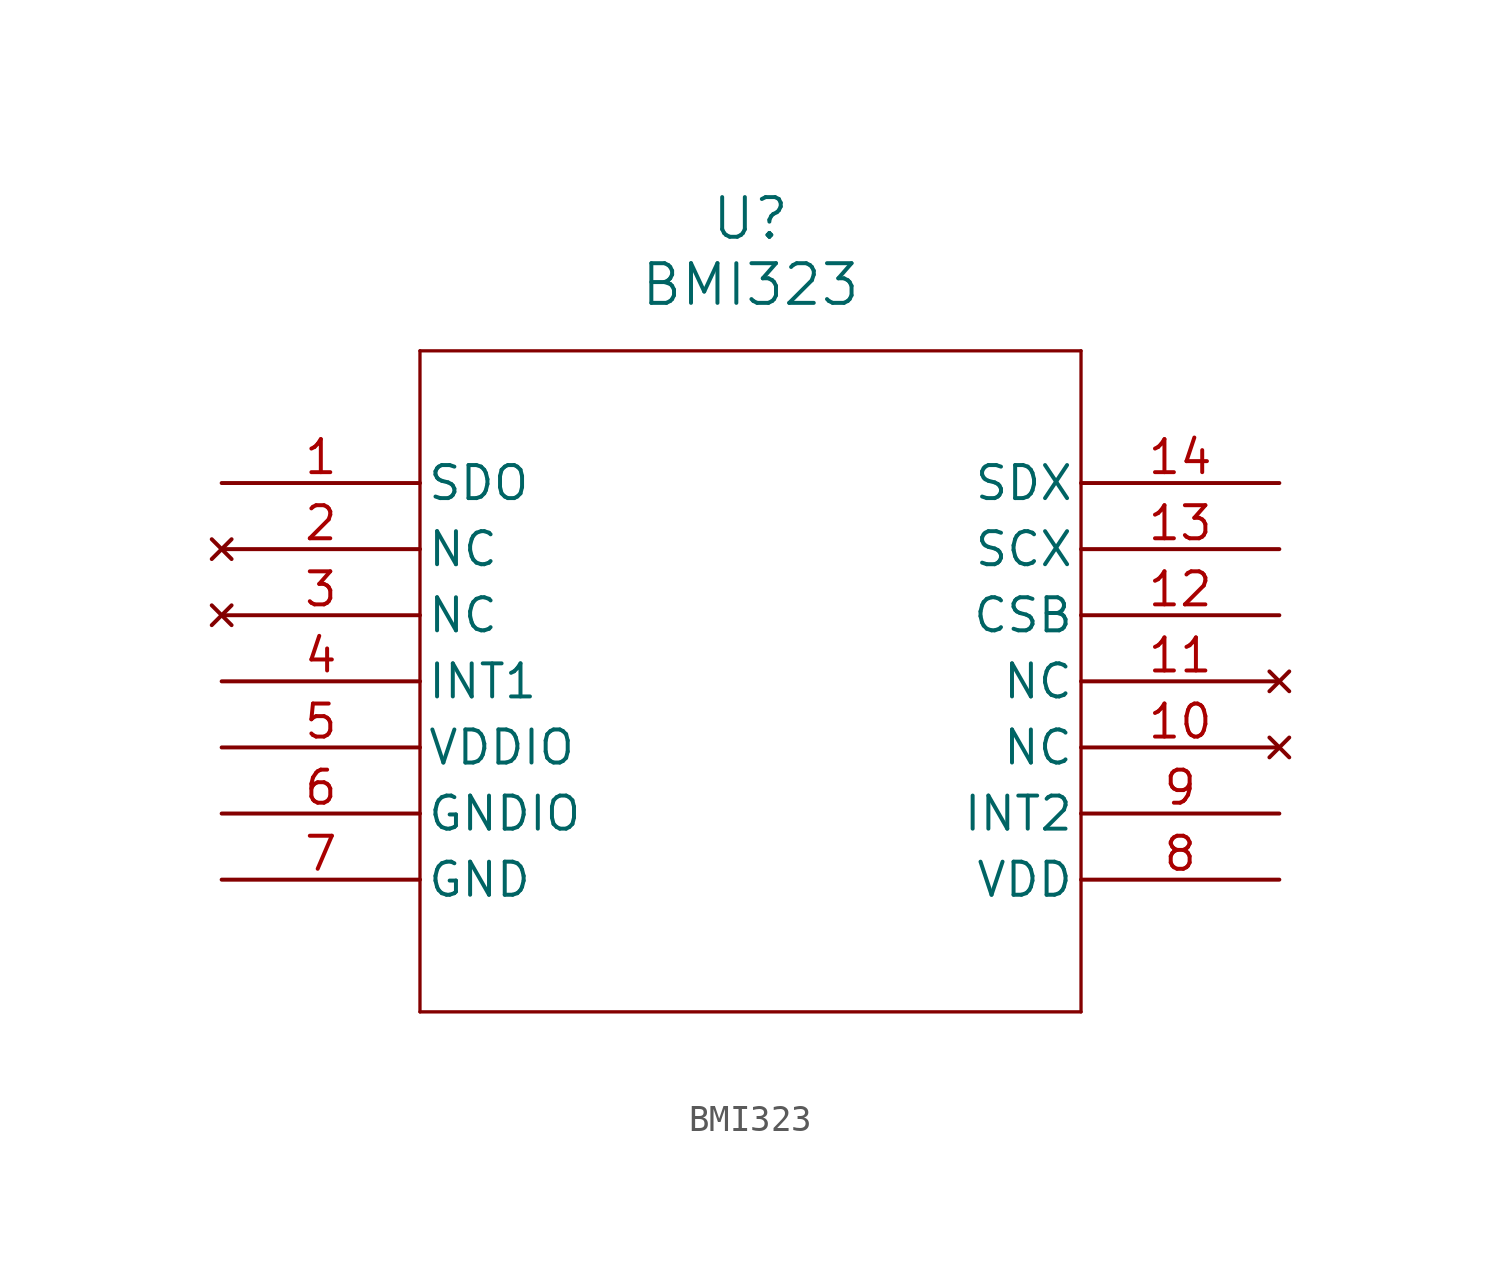
<source format=kicad_sym>
(kicad_symbol_lib
  (version 20241209)
  (generator "kicad_symbol_editor")
  (generator_version "9.0")
  (symbol "BMI323"
    (pin_names
      (offset 0.254))
    (property "Reference" "U"
      (at 0 17.78 0)
      (effects (font (size 1.524 1.524))))
    (property "Value" "BMI323"
      (at 0 15.24 0)
      (effects (font (size 1.524 1.524))))
    (property "ki_locked" ""
      (at 0 0 0)
      (effects (font (size 1.27 1.27))))
    (symbol "BMI323_0_1"
      (polyline (pts (xy -12.7 12.7) (xy -12.7 -12.7)) (stroke (width 0.127) (type default)) (fill (type none)))
      (polyline (pts (xy -12.7 -12.7) (xy 12.7 -12.7)) (stroke (width 0.127) (type default)) (fill (type none)))
      (polyline (pts (xy 12.7 12.7) (xy -12.7 12.7)) (stroke (width 0.127) (type default)) (fill (type none)))
      (polyline (pts (xy 12.7 -12.7) (xy 12.7 12.7)) (stroke (width 0.127) (type default)) (fill (type none)))
      (pin bidirectional line (at -20.32 7.62 0) (length 7.62) (name "SDO" (effects (font (size 1.27 1.27)))) (number "1" (effects (font (size 1.27 1.27)))))
      (pin no_connect line (at -20.32 5.08 0) (length 7.62) (name "NC" (effects (font (size 1.27 1.27)))) (number "2" (effects (font (size 1.27 1.27)))))
      (pin no_connect line (at -20.32 2.54 0) (length 7.62) (name "NC" (effects (font (size 1.27 1.27)))) (number "3" (effects (font (size 1.27 1.27)))))
      (pin bidirectional line (at -20.32 0 0) (length 7.62) (name "INT1" (effects (font (size 1.27 1.27)))) (number "4" (effects (font (size 1.27 1.27)))))
      (pin power_in line (at -20.32 -2.54 0) (length 7.62) (name "VDDIO" (effects (font (size 1.27 1.27)))) (number "5" (effects (font (size 1.27 1.27)))))
      (pin power_out line (at -20.32 -5.08 0) (length 7.62) (name "GNDIO" (effects (font (size 1.27 1.27)))) (number "6" (effects (font (size 1.27 1.27)))))
      (pin power_out line (at -20.32 -7.62 0) (length 7.62) (name "GND" (effects (font (size 1.27 1.27)))) (number "7" (effects (font (size 1.27 1.27)))))
      (pin bidirectional line (at 20.32 7.62 180) (length 7.62) (name "SDX" (effects (font (size 1.27 1.27)))) (number "14" (effects (font (size 1.27 1.27)))))
      (pin input line (at 20.32 5.08 180) (length 7.62) (name "SCX" (effects (font (size 1.27 1.27)))) (number "13" (effects (font (size 1.27 1.27)))))
      (pin input line (at 20.32 2.54 180) (length 7.62) (name "CSB" (effects (font (size 1.27 1.27)))) (number "12" (effects (font (size 1.27 1.27)))))
      (pin no_connect line (at 20.32 0 180) (length 7.62) (name "NC" (effects (font (size 1.27 1.27)))) (number "11" (effects (font (size 1.27 1.27)))))
      (pin no_connect line (at 20.32 -2.54 180) (length 7.62) (name "NC" (effects (font (size 1.27 1.27)))) (number "10" (effects (font (size 1.27 1.27)))))
      (pin bidirectional line (at 20.32 -5.08 180) (length 7.62) (name "INT2" (effects (font (size 1.27 1.27)))) (number "9" (effects (font (size 1.27 1.27)))))
      (pin power_in line (at 20.32 -7.62 180) (length 7.62) (name "VDD" (effects (font (size 1.27 1.27)))) (number "8" (effects (font (size 1.27 1.27))))))))
</source>
